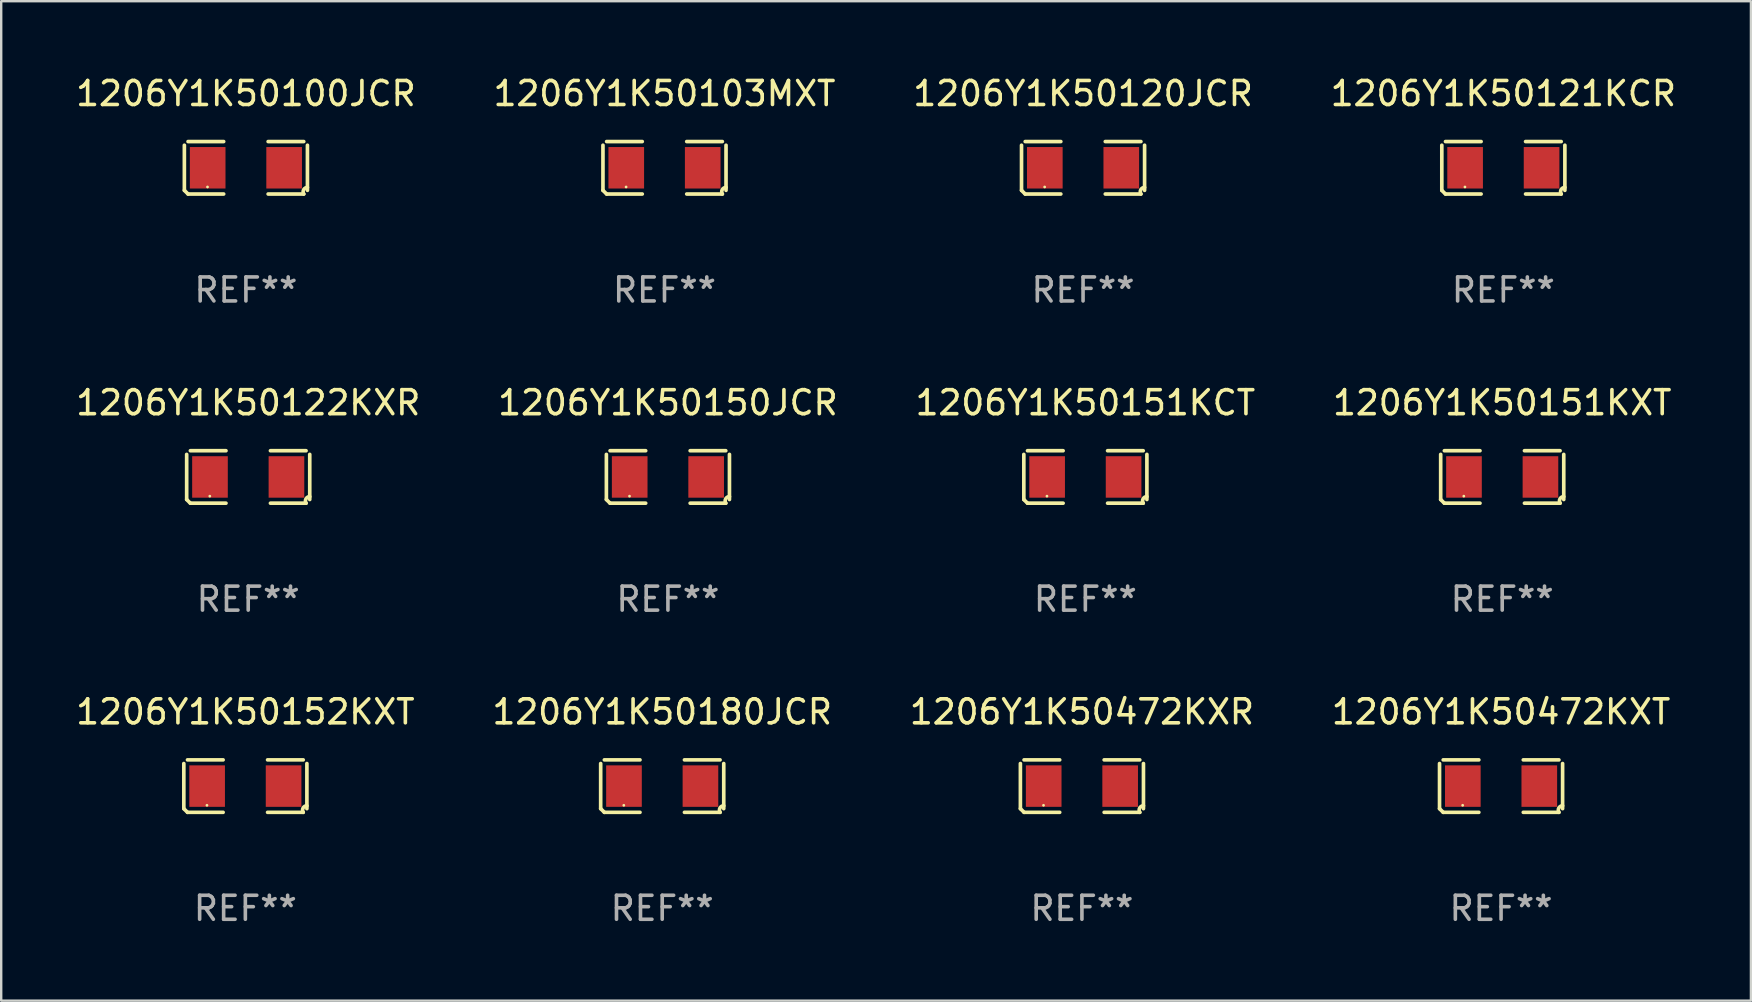
<source format=kicad_pcb>
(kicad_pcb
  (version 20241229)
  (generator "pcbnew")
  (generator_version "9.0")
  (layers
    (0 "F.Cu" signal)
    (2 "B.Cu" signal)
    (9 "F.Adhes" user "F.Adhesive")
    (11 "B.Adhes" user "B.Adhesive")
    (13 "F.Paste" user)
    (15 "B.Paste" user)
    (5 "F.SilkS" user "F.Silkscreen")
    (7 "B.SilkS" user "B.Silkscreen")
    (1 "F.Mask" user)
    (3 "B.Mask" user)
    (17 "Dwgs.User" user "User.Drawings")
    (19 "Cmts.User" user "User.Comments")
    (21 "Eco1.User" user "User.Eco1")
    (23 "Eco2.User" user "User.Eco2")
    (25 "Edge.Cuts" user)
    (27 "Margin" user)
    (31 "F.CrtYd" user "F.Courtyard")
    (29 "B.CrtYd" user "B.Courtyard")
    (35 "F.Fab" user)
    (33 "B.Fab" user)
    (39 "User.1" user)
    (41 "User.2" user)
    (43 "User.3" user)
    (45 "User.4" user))
  (footprint "1206Y1K50180JCR"
    (layer "F.Cu")
    (at 24.542 29.704)
    (property "Reference" "1206Y1K50180JCR" (at 0 -3.093 0) (layer "F.SilkS") (effects (font (size 1 1) (thickness 0.15))))
    (attr through_hole)
    (fp_line (start -2.564 0.94) (end -2.564 -0.94) (stroke (width 0.152) (type solid)) (layer "F.SilkS"))
    (fp_line (start -2.411 -1.093) (end -0.926 -1.093) (stroke (width 0.152) (type solid)) (layer "F.SilkS"))
    (fp_line (start -0.926 1.093) (end -2.411 1.093) (stroke (width 0.152) (type solid)) (layer "F.SilkS"))
    (fp_line (start 0.926 1.093) (end 2.411 1.093) (stroke (width 0.152) (type solid)) (layer "F.SilkS"))
    (fp_line (start 2.411 -1.093) (end 0.926 -1.093) (stroke (width 0.152) (type solid)) (layer "F.SilkS"))
    (fp_line (start 2.564 0.94) (end 2.564 -0.94) (stroke (width 0.152) (type solid)) (layer "F.SilkS"))
    (fp_arc (start -2.411201 1.092609) (mid -2.487413 1.01642) (end -2.563602 0.940208) (stroke (width 0.1524) (type solid)) (layer "F.SilkS"))
    (fp_arc (start 2.411201 1.092609) (mid 2.407159 0.911226) (end 2.563602 0.819347) (stroke (width 0.1524) (type solid)) (layer "F.SilkS"))
    (fp_circle (center -1.6 0.8) (end -1.57 0.8) (stroke (width 0.06) (type solid)) (fill no) (layer "F.SilkS"))
    (fp_text user "REF**" (at 0 5.093 0) (layer "F.Fab") (effects (font (size 1 1) (thickness 0.15))))
    (pad "1" smd rect (at -1.593 0) (size 1.485 1.728) (layers "F.Cu" "F.Mask" "F.Paste"))
    (pad "2" smd rect (at 1.593 0) (size 1.485 1.728) (layers "F.Cu" "F.Mask" "F.Paste")))
  (footprint "1206Y1K50151KCT"
    (layer "F.Cu")
    (at 42.173 16.823)
    (property "Reference" "1206Y1K50151KCT" (at 0 -3.093 0) (layer "F.SilkS") (effects (font (size 1 1) (thickness 0.15))))
    (attr through_hole)
    (fp_line (start -2.564 0.94) (end -2.564 -0.94) (stroke (width 0.152) (type solid)) (layer "F.SilkS"))
    (fp_line (start -2.411 -1.093) (end -0.926 -1.093) (stroke (width 0.152) (type solid)) (layer "F.SilkS"))
    (fp_line (start -0.926 1.093) (end -2.411 1.093) (stroke (width 0.152) (type solid)) (layer "F.SilkS"))
    (fp_line (start 0.926 1.093) (end 2.411 1.093) (stroke (width 0.152) (type solid)) (layer "F.SilkS"))
    (fp_line (start 2.411 -1.093) (end 0.926 -1.093) (stroke (width 0.152) (type solid)) (layer "F.SilkS"))
    (fp_line (start 2.564 0.94) (end 2.564 -0.94) (stroke (width 0.152) (type solid)) (layer "F.SilkS"))
    (fp_arc (start -2.411201 1.092609) (mid -2.487413 1.01642) (end -2.563602 0.940208) (stroke (width 0.1524) (type solid)) (layer "F.SilkS"))
    (fp_arc (start 2.411201 1.092609) (mid 2.407159 0.911226) (end 2.563602 0.819347) (stroke (width 0.1524) (type solid)) (layer "F.SilkS"))
    (fp_circle (center -1.6 0.8) (end -1.57 0.8) (stroke (width 0.06) (type solid)) (fill no) (layer "F.SilkS"))
    (fp_text user "REF**" (at 0 5.093 0) (layer "F.Fab") (effects (font (size 1 1) (thickness 0.15))))
    (pad "1" smd rect (at -1.593 0) (size 1.485 1.728) (layers "F.Cu" "F.Mask" "F.Paste"))
    (pad "2" smd rect (at 1.593 0) (size 1.485 1.728) (layers "F.Cu" "F.Mask" "F.Paste")))
  (footprint "1206Y1K50121KCR"
    (layer "F.Cu")
    (at 59.589 3.941)
    (property "Reference" "1206Y1K50121KCR" (at 0 -3.093 0) (layer "F.SilkS") (effects (font (size 1 1) (thickness 0.15))))
    (attr through_hole)
    (fp_line (start -2.564 0.94) (end -2.564 -0.94) (stroke (width 0.152) (type solid)) (layer "F.SilkS"))
    (fp_line (start -2.411 -1.093) (end -0.926 -1.093) (stroke (width 0.152) (type solid)) (layer "F.SilkS"))
    (fp_line (start -0.926 1.093) (end -2.411 1.093) (stroke (width 0.152) (type solid)) (layer "F.SilkS"))
    (fp_line (start 0.926 1.093) (end 2.411 1.093) (stroke (width 0.152) (type solid)) (layer "F.SilkS"))
    (fp_line (start 2.411 -1.093) (end 0.926 -1.093) (stroke (width 0.152) (type solid)) (layer "F.SilkS"))
    (fp_line (start 2.564 0.94) (end 2.564 -0.94) (stroke (width 0.152) (type solid)) (layer "F.SilkS"))
    (fp_arc (start -2.411201 1.092609) (mid -2.487413 1.01642) (end -2.563602 0.940208) (stroke (width 0.1524) (type solid)) (layer "F.SilkS"))
    (fp_arc (start 2.411201 1.092609) (mid 2.407159 0.911226) (end 2.563602 0.819347) (stroke (width 0.1524) (type solid)) (layer "F.SilkS"))
    (fp_circle (center -1.6 0.8) (end -1.57 0.8) (stroke (width 0.06) (type solid)) (fill no) (layer "F.SilkS"))
    (fp_text user "REF**" (at 0 5.093 0) (layer "F.Fab") (effects (font (size 1 1) (thickness 0.15))))
    (pad "1" smd rect (at -1.593 0) (size 1.485 1.728) (layers "F.Cu" "F.Mask" "F.Paste"))
    (pad "2" smd rect (at 1.593 0) (size 1.485 1.728) (layers "F.Cu" "F.Mask" "F.Paste")))
  (footprint "1206Y1K50120JCR"
    (layer "F.Cu")
    (at 42.077 3.941)
    (property "Reference" "1206Y1K50120JCR" (at 0 -3.093 0) (layer "F.SilkS") (effects (font (size 1 1) (thickness 0.15))))
    (attr through_hole)
    (fp_line (start -2.564 0.94) (end -2.564 -0.94) (stroke (width 0.152) (type solid)) (layer "F.SilkS"))
    (fp_line (start -2.411 -1.093) (end -0.926 -1.093) (stroke (width 0.152) (type solid)) (layer "F.SilkS"))
    (fp_line (start -0.926 1.093) (end -2.411 1.093) (stroke (width 0.152) (type solid)) (layer "F.SilkS"))
    (fp_line (start 0.926 1.093) (end 2.411 1.093) (stroke (width 0.152) (type solid)) (layer "F.SilkS"))
    (fp_line (start 2.411 -1.093) (end 0.926 -1.093) (stroke (width 0.152) (type solid)) (layer "F.SilkS"))
    (fp_line (start 2.564 0.94) (end 2.564 -0.94) (stroke (width 0.152) (type solid)) (layer "F.SilkS"))
    (fp_arc (start -2.411201 1.092609) (mid -2.487413 1.01642) (end -2.563602 0.940208) (stroke (width 0.1524) (type solid)) (layer "F.SilkS"))
    (fp_arc (start 2.411201 1.092609) (mid 2.407159 0.911226) (end 2.563602 0.819347) (stroke (width 0.1524) (type solid)) (layer "F.SilkS"))
    (fp_circle (center -1.6 0.8) (end -1.57 0.8) (stroke (width 0.06) (type solid)) (fill no) (layer "F.SilkS"))
    (fp_text user "REF**" (at 0 5.093 0) (layer "F.Fab") (effects (font (size 1 1) (thickness 0.15))))
    (pad "1" smd rect (at -1.593 0) (size 1.485 1.728) (layers "F.Cu" "F.Mask" "F.Paste"))
    (pad "2" smd rect (at 1.593 0) (size 1.485 1.728) (layers "F.Cu" "F.Mask" "F.Paste")))
  (footprint "1206Y1K50103MXT"
    (layer "F.Cu")
    (at 24.637 3.941)
    (property "Reference" "1206Y1K50103MXT" (at 0 -3.093 0) (layer "F.SilkS") (effects (font (size 1 1) (thickness 0.15))))
    (attr through_hole)
    (fp_line (start -2.564 0.94) (end -2.564 -0.94) (stroke (width 0.152) (type solid)) (layer "F.SilkS"))
    (fp_line (start -2.411 -1.093) (end -0.926 -1.093) (stroke (width 0.152) (type solid)) (layer "F.SilkS"))
    (fp_line (start -0.926 1.093) (end -2.411 1.093) (stroke (width 0.152) (type solid)) (layer "F.SilkS"))
    (fp_line (start 0.926 1.093) (end 2.411 1.093) (stroke (width 0.152) (type solid)) (layer "F.SilkS"))
    (fp_line (start 2.411 -1.093) (end 0.926 -1.093) (stroke (width 0.152) (type solid)) (layer "F.SilkS"))
    (fp_line (start 2.564 0.94) (end 2.564 -0.94) (stroke (width 0.152) (type solid)) (layer "F.SilkS"))
    (fp_arc (start -2.411201 1.092609) (mid -2.487413 1.01642) (end -2.563602 0.940208) (stroke (width 0.1524) (type solid)) (layer "F.SilkS"))
    (fp_arc (start 2.411201 1.092609) (mid 2.407159 0.911226) (end 2.563602 0.819347) (stroke (width 0.1524) (type solid)) (layer "F.SilkS"))
    (fp_circle (center -1.6 0.8) (end -1.57 0.8) (stroke (width 0.06) (type solid)) (fill no) (layer "F.SilkS"))
    (fp_text user "REF**" (at 0 5.093 0) (layer "F.Fab") (effects (font (size 1 1) (thickness 0.15))))
    (pad "1" smd rect (at -1.593 0) (size 1.485 1.728) (layers "F.Cu" "F.Mask" "F.Paste"))
    (pad "2" smd rect (at 1.593 0) (size 1.485 1.728) (layers "F.Cu" "F.Mask" "F.Paste")))
  (footprint "1206Y1K50100JCR"
    (layer "F.Cu")
    (at 7.196 3.941)
    (property "Reference" "1206Y1K50100JCR" (at 0 -3.093 0) (layer "F.SilkS") (effects (font (size 1 1) (thickness 0.15))))
    (attr through_hole)
    (fp_line (start -2.564 0.94) (end -2.564 -0.94) (stroke (width 0.152) (type solid)) (layer "F.SilkS"))
    (fp_line (start -2.411 -1.093) (end -0.926 -1.093) (stroke (width 0.152) (type solid)) (layer "F.SilkS"))
    (fp_line (start -0.926 1.093) (end -2.411 1.093) (stroke (width 0.152) (type solid)) (layer "F.SilkS"))
    (fp_line (start 0.926 1.093) (end 2.411 1.093) (stroke (width 0.152) (type solid)) (layer "F.SilkS"))
    (fp_line (start 2.411 -1.093) (end 0.926 -1.093) (stroke (width 0.152) (type solid)) (layer "F.SilkS"))
    (fp_line (start 2.564 0.94) (end 2.564 -0.94) (stroke (width 0.152) (type solid)) (layer "F.SilkS"))
    (fp_arc (start -2.411201 1.092609) (mid -2.487413 1.01642) (end -2.563602 0.940208) (stroke (width 0.1524) (type solid)) (layer "F.SilkS"))
    (fp_arc (start 2.411201 1.092609) (mid 2.407159 0.911226) (end 2.563602 0.819347) (stroke (width 0.1524) (type solid)) (layer "F.SilkS"))
    (fp_circle (center -1.6 0.8) (end -1.57 0.8) (stroke (width 0.06) (type solid)) (fill no) (layer "F.SilkS"))
    (fp_text user "REF**" (at 0 5.093 0) (layer "F.Fab") (effects (font (size 1 1) (thickness 0.15))))
    (pad "1" smd rect (at -1.593 0) (size 1.485 1.728) (layers "F.Cu" "F.Mask" "F.Paste"))
    (pad "2" smd rect (at 1.593 0) (size 1.485 1.728) (layers "F.Cu" "F.Mask" "F.Paste")))
  (footprint "1206Y1K50150JCR"
    (layer "F.Cu")
    (at 24.78 16.823)
    (property "Reference" "1206Y1K50150JCR" (at 0 -3.093 0) (layer "F.SilkS") (effects (font (size 1 1) (thickness 0.15))))
    (attr through_hole)
    (fp_line (start -2.564 0.94) (end -2.564 -0.94) (stroke (width 0.152) (type solid)) (layer "F.SilkS"))
    (fp_line (start -2.411 -1.093) (end -0.926 -1.093) (stroke (width 0.152) (type solid)) (layer "F.SilkS"))
    (fp_line (start -0.926 1.093) (end -2.411 1.093) (stroke (width 0.152) (type solid)) (layer "F.SilkS"))
    (fp_line (start 0.926 1.093) (end 2.411 1.093) (stroke (width 0.152) (type solid)) (layer "F.SilkS"))
    (fp_line (start 2.411 -1.093) (end 0.926 -1.093) (stroke (width 0.152) (type solid)) (layer "F.SilkS"))
    (fp_line (start 2.564 0.94) (end 2.564 -0.94) (stroke (width 0.152) (type solid)) (layer "F.SilkS"))
    (fp_arc (start -2.411201 1.092609) (mid -2.487413 1.01642) (end -2.563602 0.940208) (stroke (width 0.1524) (type solid)) (layer "F.SilkS"))
    (fp_arc (start 2.411201 1.092609) (mid 2.407159 0.911226) (end 2.563602 0.819347) (stroke (width 0.1524) (type solid)) (layer "F.SilkS"))
    (fp_circle (center -1.6 0.8) (end -1.57 0.8) (stroke (width 0.06) (type solid)) (fill no) (layer "F.SilkS"))
    (fp_text user "REF**" (at 0 5.093 0) (layer "F.Fab") (effects (font (size 1 1) (thickness 0.15))))
    (pad "1" smd rect (at -1.593 0) (size 1.485 1.728) (layers "F.Cu" "F.Mask" "F.Paste"))
    (pad "2" smd rect (at 1.593 0) (size 1.485 1.728) (layers "F.Cu" "F.Mask" "F.Paste")))
  (footprint "1206Y1K50472KXR"
    (layer "F.Cu")
    (at 42.03 29.704)
    (property "Reference" "1206Y1K50472KXR" (at 0 -3.093 0) (layer "F.SilkS") (effects (font (size 1 1) (thickness 0.15))))
    (attr through_hole)
    (fp_line (start -2.564 0.94) (end -2.564 -0.94) (stroke (width 0.152) (type solid)) (layer "F.SilkS"))
    (fp_line (start -2.411 -1.093) (end -0.926 -1.093) (stroke (width 0.152) (type solid)) (layer "F.SilkS"))
    (fp_line (start -0.926 1.093) (end -2.411 1.093) (stroke (width 0.152) (type solid)) (layer "F.SilkS"))
    (fp_line (start 0.926 1.093) (end 2.411 1.093) (stroke (width 0.152) (type solid)) (layer "F.SilkS"))
    (fp_line (start 2.411 -1.093) (end 0.926 -1.093) (stroke (width 0.152) (type solid)) (layer "F.SilkS"))
    (fp_line (start 2.564 0.94) (end 2.564 -0.94) (stroke (width 0.152) (type solid)) (layer "F.SilkS"))
    (fp_arc (start -2.411201 1.092609) (mid -2.487413 1.01642) (end -2.563602 0.940208) (stroke (width 0.1524) (type solid)) (layer "F.SilkS"))
    (fp_arc (start 2.411201 1.092609) (mid 2.407159 0.911226) (end 2.563602 0.819347) (stroke (width 0.1524) (type solid)) (layer "F.SilkS"))
    (fp_circle (center -1.6 0.8) (end -1.57 0.8) (stroke (width 0.06) (type solid)) (fill no) (layer "F.SilkS"))
    (fp_text user "REF**" (at 0 5.093 0) (layer "F.Fab") (effects (font (size 1 1) (thickness 0.15))))
    (pad "1" smd rect (at -1.593 0) (size 1.485 1.728) (layers "F.Cu" "F.Mask" "F.Paste"))
    (pad "2" smd rect (at 1.593 0) (size 1.485 1.728) (layers "F.Cu" "F.Mask" "F.Paste")))
  (footprint "1206Y1K50122KXR"
    (layer "F.Cu")
    (at 7.292 16.823)
    (property "Reference" "1206Y1K50122KXR" (at 0 -3.093 0) (layer "F.SilkS") (effects (font (size 1 1) (thickness 0.15))))
    (attr through_hole)
    (fp_line (start -2.564 0.94) (end -2.564 -0.94) (stroke (width 0.152) (type solid)) (layer "F.SilkS"))
    (fp_line (start -2.411 -1.093) (end -0.926 -1.093) (stroke (width 0.152) (type solid)) (layer "F.SilkS"))
    (fp_line (start -0.926 1.093) (end -2.411 1.093) (stroke (width 0.152) (type solid)) (layer "F.SilkS"))
    (fp_line (start 0.926 1.093) (end 2.411 1.093) (stroke (width 0.152) (type solid)) (layer "F.SilkS"))
    (fp_line (start 2.411 -1.093) (end 0.926 -1.093) (stroke (width 0.152) (type solid)) (layer "F.SilkS"))
    (fp_line (start 2.564 0.94) (end 2.564 -0.94) (stroke (width 0.152) (type solid)) (layer "F.SilkS"))
    (fp_arc (start -2.411201 1.092609) (mid -2.487413 1.01642) (end -2.563602 0.940208) (stroke (width 0.1524) (type solid)) (layer "F.SilkS"))
    (fp_arc (start 2.411201 1.092609) (mid 2.407159 0.911226) (end 2.563602 0.819347) (stroke (width 0.1524) (type solid)) (layer "F.SilkS"))
    (fp_circle (center -1.6 0.8) (end -1.57 0.8) (stroke (width 0.06) (type solid)) (fill no) (layer "F.SilkS"))
    (fp_text user "REF**" (at 0 5.093 0) (layer "F.Fab") (effects (font (size 1 1) (thickness 0.15))))
    (pad "1" smd rect (at -1.593 0) (size 1.485 1.728) (layers "F.Cu" "F.Mask" "F.Paste"))
    (pad "2" smd rect (at 1.593 0) (size 1.485 1.728) (layers "F.Cu" "F.Mask" "F.Paste")))
  (footprint "1206Y1K50472KXT"
    (layer "F.Cu")
    (at 59.494 29.704)
    (property "Reference" "1206Y1K50472KXT" (at 0 -3.093 0) (layer "F.SilkS") (effects (font (size 1 1) (thickness 0.15))))
    (attr through_hole)
    (fp_line (start -2.564 0.94) (end -2.564 -0.94) (stroke (width 0.152) (type solid)) (layer "F.SilkS"))
    (fp_line (start -2.411 -1.093) (end -0.926 -1.093) (stroke (width 0.152) (type solid)) (layer "F.SilkS"))
    (fp_line (start -0.926 1.093) (end -2.411 1.093) (stroke (width 0.152) (type solid)) (layer "F.SilkS"))
    (fp_line (start 0.926 1.093) (end 2.411 1.093) (stroke (width 0.152) (type solid)) (layer "F.SilkS"))
    (fp_line (start 2.411 -1.093) (end 0.926 -1.093) (stroke (width 0.152) (type solid)) (layer "F.SilkS"))
    (fp_line (start 2.564 0.94) (end 2.564 -0.94) (stroke (width 0.152) (type solid)) (layer "F.SilkS"))
    (fp_arc (start -2.411201 1.092609) (mid -2.487413 1.01642) (end -2.563602 0.940208) (stroke (width 0.1524) (type solid)) (layer "F.SilkS"))
    (fp_arc (start 2.411201 1.092609) (mid 2.407159 0.911226) (end 2.563602 0.819347) (stroke (width 0.1524) (type solid)) (layer "F.SilkS"))
    (fp_circle (center -1.6 0.8) (end -1.57 0.8) (stroke (width 0.06) (type solid)) (fill no) (layer "F.SilkS"))
    (fp_text user "REF**" (at 0 5.093 0) (layer "F.Fab") (effects (font (size 1 1) (thickness 0.15))))
    (pad "1" smd rect (at -1.593 0) (size 1.485 1.728) (layers "F.Cu" "F.Mask" "F.Paste"))
    (pad "2" smd rect (at 1.593 0) (size 1.485 1.728) (layers "F.Cu" "F.Mask" "F.Paste")))
  (footprint "1206Y1K50152KXT"
    (layer "F.Cu")
    (at 7.173 29.704)
    (property "Reference" "1206Y1K50152KXT" (at 0 -3.093 0) (layer "F.SilkS") (effects (font (size 1 1) (thickness 0.15))))
    (attr through_hole)
    (fp_line (start -2.564 0.94) (end -2.564 -0.94) (stroke (width 0.152) (type solid)) (layer "F.SilkS"))
    (fp_line (start -2.411 -1.093) (end -0.926 -1.093) (stroke (width 0.152) (type solid)) (layer "F.SilkS"))
    (fp_line (start -0.926 1.093) (end -2.411 1.093) (stroke (width 0.152) (type solid)) (layer "F.SilkS"))
    (fp_line (start 0.926 1.093) (end 2.411 1.093) (stroke (width 0.152) (type solid)) (layer "F.SilkS"))
    (fp_line (start 2.411 -1.093) (end 0.926 -1.093) (stroke (width 0.152) (type solid)) (layer "F.SilkS"))
    (fp_line (start 2.564 0.94) (end 2.564 -0.94) (stroke (width 0.152) (type solid)) (layer "F.SilkS"))
    (fp_arc (start -2.411201 1.092609) (mid -2.487413 1.01642) (end -2.563602 0.940208) (stroke (width 0.1524) (type solid)) (layer "F.SilkS"))
    (fp_arc (start 2.411201 1.092609) (mid 2.407159 0.911226) (end 2.563602 0.819347) (stroke (width 0.1524) (type solid)) (layer "F.SilkS"))
    (fp_circle (center -1.6 0.8) (end -1.57 0.8) (stroke (width 0.06) (type solid)) (fill no) (layer "F.SilkS"))
    (fp_text user "REF**" (at 0 5.093 0) (layer "F.Fab") (effects (font (size 1 1) (thickness 0.15))))
    (pad "1" smd rect (at -1.593 0) (size 1.485 1.728) (layers "F.Cu" "F.Mask" "F.Paste"))
    (pad "2" smd rect (at 1.593 0) (size 1.485 1.728) (layers "F.Cu" "F.Mask" "F.Paste")))
  (footprint "1206Y1K50151KXT"
    (layer "F.Cu")
    (at 59.542 16.823)
    (property "Reference" "1206Y1K50151KXT" (at 0 -3.093 0) (layer "F.SilkS") (effects (font (size 1 1) (thickness 0.15))))
    (attr through_hole)
    (fp_line (start -2.564 0.94) (end -2.564 -0.94) (stroke (width 0.152) (type solid)) (layer "F.SilkS"))
    (fp_line (start -2.411 -1.093) (end -0.926 -1.093) (stroke (width 0.152) (type solid)) (layer "F.SilkS"))
    (fp_line (start -0.926 1.093) (end -2.411 1.093) (stroke (width 0.152) (type solid)) (layer "F.SilkS"))
    (fp_line (start 0.926 1.093) (end 2.411 1.093) (stroke (width 0.152) (type solid)) (layer "F.SilkS"))
    (fp_line (start 2.411 -1.093) (end 0.926 -1.093) (stroke (width 0.152) (type solid)) (layer "F.SilkS"))
    (fp_line (start 2.564 0.94) (end 2.564 -0.94) (stroke (width 0.152) (type solid)) (layer "F.SilkS"))
    (fp_arc (start -2.411201 1.092609) (mid -2.487413 1.01642) (end -2.563602 0.940208) (stroke (width 0.1524) (type solid)) (layer "F.SilkS"))
    (fp_arc (start 2.411201 1.092609) (mid 2.407159 0.911226) (end 2.563602 0.819347) (stroke (width 0.1524) (type solid)) (layer "F.SilkS"))
    (fp_circle (center -1.6 0.8) (end -1.57 0.8) (stroke (width 0.06) (type solid)) (fill no) (layer "F.SilkS"))
    (fp_text user "REF**" (at 0 5.093 0) (layer "F.Fab") (effects (font (size 1 1) (thickness 0.15))))
    (pad "1" smd rect (at -1.593 0) (size 1.485 1.728) (layers "F.Cu" "F.Mask" "F.Paste"))
    (pad "2" smd rect (at 1.593 0) (size 1.485 1.728) (layers "F.Cu" "F.Mask" "F.Paste")))
  (gr_rect
    (start -3 -3)
    (end 69.905 38.645)
    (stroke (width 0.1) (type default))
    (fill no)
    (layer "Edge.Cuts")))
</source>
